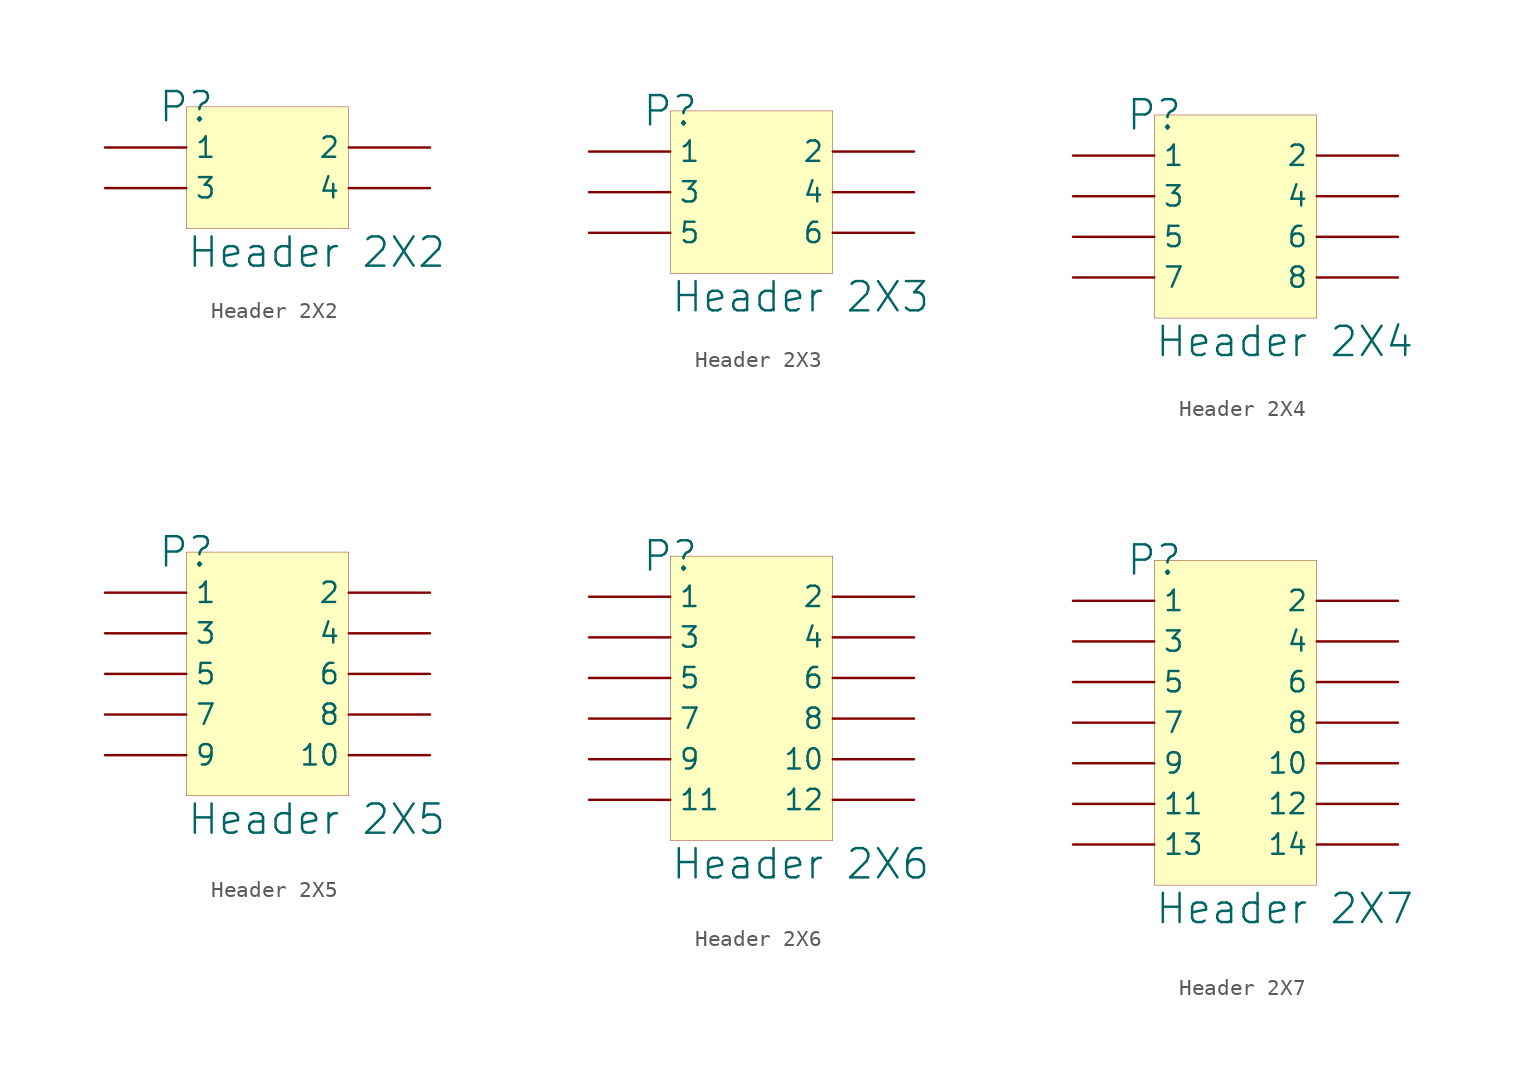
<source format=kicad_sym>
(kicad_symbol_lib
  (version 20241209)
  (generator "kicad_symbol_editor")
  (generator_version "9.0")
  (symbol "Header 2X2"
    (pin_numbers
      (hide yes))
    (property "Reference" "P"
      (at 0 0 0)
      (effects (font (size 1.829 1.829))))
    (property "Value" "Header 2X2"
      (at 0 -10.16 0)
      (effects (font (size 1.829 1.829)) (justify left bottom)))
    (symbol "Header 2X2_1_0"
      (rectangle (start 10.16 0) (end 0 -7.62) (stroke (width 0.025) (type solid) (color 128 0 0 1)) (fill (type background)))
      (pin passive line (at -5.08 -2.54 0) (length 5.08) (name "1" (effects (font (size 1.27 1.27)))) (number "1" (effects (font (size 1.27 1.27)))))
      (pin passive line (at -5.08 -5.08 0) (length 5.08) (name "3" (effects (font (size 1.27 1.27)))) (number "3" (effects (font (size 1.27 1.27)))))
      (pin passive line (at 15.24 -2.54 180) (length 5.08) (name "2" (effects (font (size 1.27 1.27)))) (number "2" (effects (font (size 1.27 1.27)))))
      (pin passive line (at 15.24 -5.08 180) (length 5.08) (name "4" (effects (font (size 1.27 1.27)))) (number "4" (effects (font (size 1.27 1.27)))))))
  (symbol "Header 2X3"
    (pin_numbers
      (hide yes))
    (property "Reference" "P"
      (at 0 0 0)
      (effects (font (size 1.829 1.829))))
    (property "Value" "Header 2X3"
      (at 0 -12.7 0)
      (effects (font (size 1.829 1.829)) (justify left bottom)))
    (symbol "Header 2X3_1_0"
      (rectangle (start 10.16 0) (end 0 -10.16) (stroke (width 0.025) (type solid) (color 128 0 0 1)) (fill (type background)))
      (pin passive line (at -5.08 -2.54 0) (length 5.08) (name "1" (effects (font (size 1.27 1.27)))) (number "1" (effects (font (size 1.27 1.27)))))
      (pin passive line (at -5.08 -5.08 0) (length 5.08) (name "3" (effects (font (size 1.27 1.27)))) (number "3" (effects (font (size 1.27 1.27)))))
      (pin passive line (at -5.08 -7.62 0) (length 5.08) (name "5" (effects (font (size 1.27 1.27)))) (number "5" (effects (font (size 1.27 1.27)))))
      (pin passive line (at 15.24 -2.54 180) (length 5.08) (name "2" (effects (font (size 1.27 1.27)))) (number "2" (effects (font (size 1.27 1.27)))))
      (pin passive line (at 15.24 -5.08 180) (length 5.08) (name "4" (effects (font (size 1.27 1.27)))) (number "4" (effects (font (size 1.27 1.27)))))
      (pin passive line (at 15.24 -7.62 180) (length 5.08) (name "6" (effects (font (size 1.27 1.27)))) (number "6" (effects (font (size 1.27 1.27)))))))
  (symbol "Header 2X4"
    (pin_numbers
      (hide yes))
    (property "Reference" "P"
      (at 0 0 0)
      (effects (font (size 1.829 1.829))))
    (property "Value" "Header 2X4"
      (at 0 -15.24 0)
      (effects (font (size 1.829 1.829)) (justify left bottom)))
    (symbol "Header 2X4_1_0"
      (rectangle (start 10.16 0) (end 0 -12.7) (stroke (width 0.025) (type solid) (color 128 0 0 1)) (fill (type background)))
      (pin passive line (at -5.08 -2.54 0) (length 5.08) (name "1" (effects (font (size 1.27 1.27)))) (number "1" (effects (font (size 1.27 1.27)))))
      (pin passive line (at -5.08 -5.08 0) (length 5.08) (name "3" (effects (font (size 1.27 1.27)))) (number "3" (effects (font (size 1.27 1.27)))))
      (pin passive line (at -5.08 -7.62 0) (length 5.08) (name "5" (effects (font (size 1.27 1.27)))) (number "5" (effects (font (size 1.27 1.27)))))
      (pin passive line (at -5.08 -10.16 0) (length 5.08) (name "7" (effects (font (size 1.27 1.27)))) (number "7" (effects (font (size 1.27 1.27)))))
      (pin passive line (at 15.24 -2.54 180) (length 5.08) (name "2" (effects (font (size 1.27 1.27)))) (number "2" (effects (font (size 1.27 1.27)))))
      (pin passive line (at 15.24 -5.08 180) (length 5.08) (name "4" (effects (font (size 1.27 1.27)))) (number "4" (effects (font (size 1.27 1.27)))))
      (pin passive line (at 15.24 -7.62 180) (length 5.08) (name "6" (effects (font (size 1.27 1.27)))) (number "6" (effects (font (size 1.27 1.27)))))
      (pin passive line (at 15.24 -10.16 180) (length 5.08) (name "8" (effects (font (size 1.27 1.27)))) (number "8" (effects (font (size 1.27 1.27)))))))
  (symbol "Header 2X5"
    (pin_numbers
      (hide yes))
    (property "Reference" "P"
      (at 0 0 0)
      (effects (font (size 1.829 1.829))))
    (property "Value" "Header 2X5"
      (at 0 -17.78 0)
      (effects (font (size 1.829 1.829)) (justify left bottom)))
    (symbol "Header 2X5_1_0"
      (rectangle (start 10.16 0) (end 0 -15.24) (stroke (width 0.025) (type solid) (color 128 0 0 1)) (fill (type background)))
      (pin passive line (at -5.08 -2.54 0) (length 5.08) (name "1" (effects (font (size 1.27 1.27)))) (number "1" (effects (font (size 1.27 1.27)))))
      (pin passive line (at -5.08 -5.08 0) (length 5.08) (name "3" (effects (font (size 1.27 1.27)))) (number "3" (effects (font (size 1.27 1.27)))))
      (pin passive line (at -5.08 -7.62 0) (length 5.08) (name "5" (effects (font (size 1.27 1.27)))) (number "5" (effects (font (size 1.27 1.27)))))
      (pin passive line (at -5.08 -10.16 0) (length 5.08) (name "7" (effects (font (size 1.27 1.27)))) (number "7" (effects (font (size 1.27 1.27)))))
      (pin passive line (at -5.08 -12.7 0) (length 5.08) (name "9" (effects (font (size 1.27 1.27)))) (number "9" (effects (font (size 1.27 1.27)))))
      (pin passive line (at 15.24 -2.54 180) (length 5.08) (name "2" (effects (font (size 1.27 1.27)))) (number "2" (effects (font (size 1.27 1.27)))))
      (pin passive line (at 15.24 -5.08 180) (length 5.08) (name "4" (effects (font (size 1.27 1.27)))) (number "4" (effects (font (size 1.27 1.27)))))
      (pin passive line (at 15.24 -7.62 180) (length 5.08) (name "6" (effects (font (size 1.27 1.27)))) (number "6" (effects (font (size 1.27 1.27)))))
      (pin passive line (at 15.24 -10.16 180) (length 5.08) (name "8" (effects (font (size 1.27 1.27)))) (number "8" (effects (font (size 1.27 1.27)))))
      (pin passive line (at 15.24 -12.7 180) (length 5.08) (name "10" (effects (font (size 1.27 1.27)))) (number "10" (effects (font (size 1.27 1.27)))))))
  (symbol "Header 2X6"
    (pin_numbers
      (hide yes))
    (property "Reference" "P"
      (at 0 0 0)
      (effects (font (size 1.829 1.829))))
    (property "Value" "Header 2X6"
      (at 0 -20.32 0)
      (effects (font (size 1.829 1.829)) (justify left bottom)))
    (symbol "Header 2X6_1_0"
      (rectangle (start 10.16 0) (end 0 -17.78) (stroke (width 0.025) (type solid) (color 128 0 0 1)) (fill (type background)))
      (pin passive line (at -5.08 -2.54 0) (length 5.08) (name "1" (effects (font (size 1.27 1.27)))) (number "1" (effects (font (size 1.27 1.27)))))
      (pin passive line (at -5.08 -5.08 0) (length 5.08) (name "3" (effects (font (size 1.27 1.27)))) (number "3" (effects (font (size 1.27 1.27)))))
      (pin passive line (at -5.08 -7.62 0) (length 5.08) (name "5" (effects (font (size 1.27 1.27)))) (number "5" (effects (font (size 1.27 1.27)))))
      (pin passive line (at -5.08 -10.16 0) (length 5.08) (name "7" (effects (font (size 1.27 1.27)))) (number "7" (effects (font (size 1.27 1.27)))))
      (pin passive line (at -5.08 -12.7 0) (length 5.08) (name "9" (effects (font (size 1.27 1.27)))) (number "9" (effects (font (size 1.27 1.27)))))
      (pin passive line (at -5.08 -15.24 0) (length 5.08) (name "11" (effects (font (size 1.27 1.27)))) (number "11" (effects (font (size 1.27 1.27)))))
      (pin passive line (at 15.24 -2.54 180) (length 5.08) (name "2" (effects (font (size 1.27 1.27)))) (number "2" (effects (font (size 1.27 1.27)))))
      (pin passive line (at 15.24 -5.08 180) (length 5.08) (name "4" (effects (font (size 1.27 1.27)))) (number "4" (effects (font (size 1.27 1.27)))))
      (pin passive line (at 15.24 -7.62 180) (length 5.08) (name "6" (effects (font (size 1.27 1.27)))) (number "6" (effects (font (size 1.27 1.27)))))
      (pin passive line (at 15.24 -10.16 180) (length 5.08) (name "8" (effects (font (size 1.27 1.27)))) (number "8" (effects (font (size 1.27 1.27)))))
      (pin passive line (at 15.24 -12.7 180) (length 5.08) (name "10" (effects (font (size 1.27 1.27)))) (number "10" (effects (font (size 1.27 1.27)))))
      (pin passive line (at 15.24 -15.24 180) (length 5.08) (name "12" (effects (font (size 1.27 1.27)))) (number "12" (effects (font (size 1.27 1.27)))))))
  (symbol "Header 2X7"
    (pin_numbers
      (hide yes))
    (property "Reference" "P"
      (at 0 0 0)
      (effects (font (size 1.829 1.829))))
    (property "Value" "Header 2X7"
      (at 0 -22.86 0)
      (effects (font (size 1.829 1.829)) (justify left bottom)))
    (symbol "Header 2X7_1_0"
      (rectangle (start 10.16 0) (end 0 -20.32) (stroke (width 0.025) (type solid) (color 128 0 0 1)) (fill (type background)))
      (pin passive line (at -5.08 -2.54 0) (length 5.08) (name "1" (effects (font (size 1.27 1.27)))) (number "1" (effects (font (size 1.27 1.27)))))
      (pin passive line (at -5.08 -5.08 0) (length 5.08) (name "3" (effects (font (size 1.27 1.27)))) (number "3" (effects (font (size 1.27 1.27)))))
      (pin passive line (at -5.08 -7.62 0) (length 5.08) (name "5" (effects (font (size 1.27 1.27)))) (number "5" (effects (font (size 1.27 1.27)))))
      (pin passive line (at -5.08 -10.16 0) (length 5.08) (name "7" (effects (font (size 1.27 1.27)))) (number "7" (effects (font (size 1.27 1.27)))))
      (pin passive line (at -5.08 -12.7 0) (length 5.08) (name "9" (effects (font (size 1.27 1.27)))) (number "9" (effects (font (size 1.27 1.27)))))
      (pin passive line (at -5.08 -15.24 0) (length 5.08) (name "11" (effects (font (size 1.27 1.27)))) (number "11" (effects (font (size 1.27 1.27)))))
      (pin passive line (at -5.08 -17.78 0) (length 5.08) (name "13" (effects (font (size 1.27 1.27)))) (number "13" (effects (font (size 1.27 1.27)))))
      (pin passive line (at 15.24 -2.54 180) (length 5.08) (name "2" (effects (font (size 1.27 1.27)))) (number "2" (effects (font (size 1.27 1.27)))))
      (pin passive line (at 15.24 -5.08 180) (length 5.08) (name "4" (effects (font (size 1.27 1.27)))) (number "4" (effects (font (size 1.27 1.27)))))
      (pin passive line (at 15.24 -7.62 180) (length 5.08) (name "6" (effects (font (size 1.27 1.27)))) (number "6" (effects (font (size 1.27 1.27)))))
      (pin passive line (at 15.24 -10.16 180) (length 5.08) (name "8" (effects (font (size 1.27 1.27)))) (number "8" (effects (font (size 1.27 1.27)))))
      (pin passive line (at 15.24 -12.7 180) (length 5.08) (name "10" (effects (font (size 1.27 1.27)))) (number "10" (effects (font (size 1.27 1.27)))))
      (pin passive line (at 15.24 -15.24 180) (length 5.08) (name "12" (effects (font (size 1.27 1.27)))) (number "12" (effects (font (size 1.27 1.27)))))
      (pin passive line (at 15.24 -17.78 180) (length 5.08) (name "14" (effects (font (size 1.27 1.27)))) (number "14" (effects (font (size 1.27 1.27))))))))
</source>
